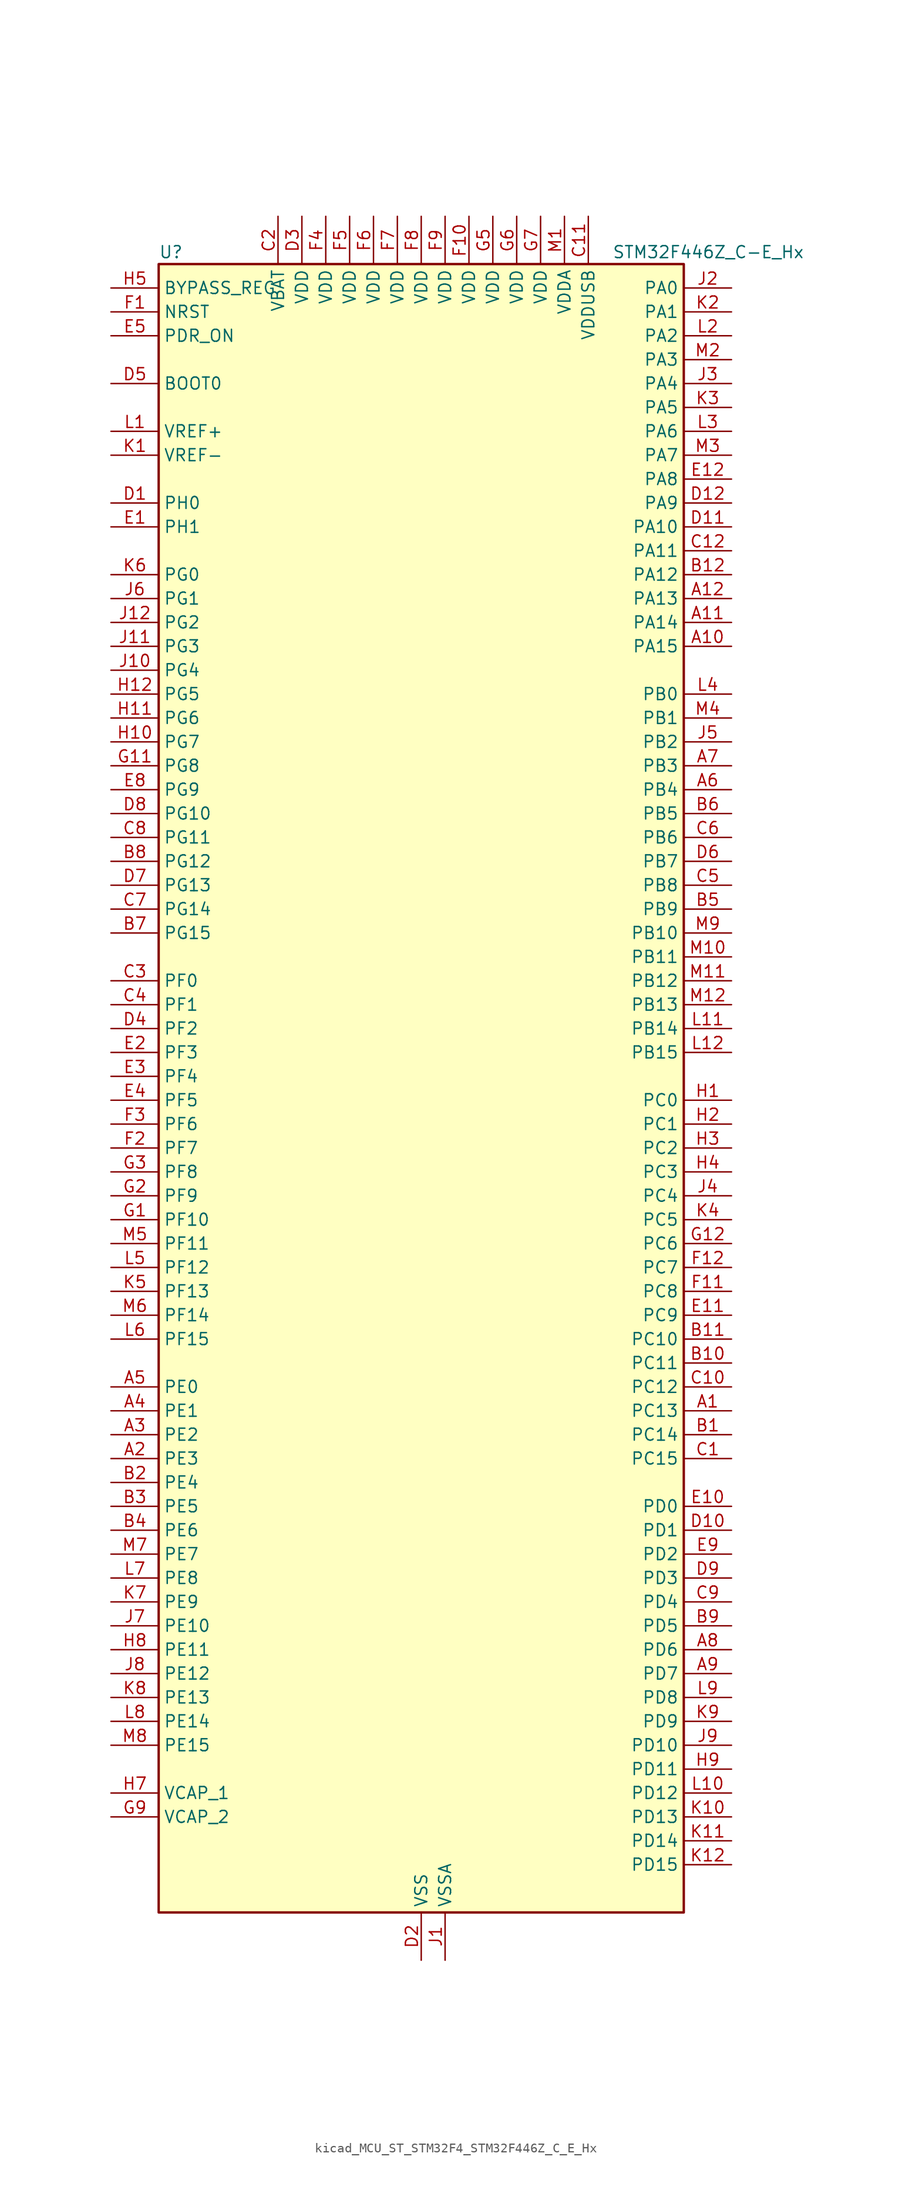
<source format=kicad_sym>
(kicad_symbol_lib
  (version 20220914)
  (generator kicad_symbol_editor)
  (symbol "kicad_MCU_ST_STM32F4_STM32F446Z_C_E_Hx"
    (property "Reference" "U"
      (at -27.94 90.17 0)
      (effects (font (size 1.27 1.27)) (justify left)))
    (property "Value" "STM32F446Z_C-E_Hx"
      (at 20.32 90.17 0)
      (effects (font (size 1.27 1.27)) (justify left)))
    (property "ki_locked" ""
      (at 0 0 0)
      (effects (font (size 1.27 1.27))))
    (symbol "kicad_MCU_ST_STM32F4_STM32F446Z_C_E_Hx_0_1"
      (rectangle (start -27.94 -86.36) (end 27.94 88.9) (stroke (width 0.254) (type default)) (fill (type background))))
    (symbol "kicad_MCU_ST_STM32F4_STM32F446Z_C_E_Hx_1_1"
      (pin bidirectional line (at 33.02 -33.02 180) (length 5.08) (name "PC13" (effects (font (size 1.27 1.27)))) (number "A1" (effects (font (size 1.27 1.27)))) (alternate "RTC_AF1" bidirectional line) (alternate "SYS_WKUP1" bidirectional line))
      (pin bidirectional line (at 33.02 48.26 180) (length 5.08) (name "PA15" (effects (font (size 1.27 1.27)))) (number "A10" (effects (font (size 1.27 1.27)))) (alternate "ADC1_EXTI15" bidirectional line) (alternate "ADC2_EXTI15" bidirectional line) (alternate "ADC3_EXTI15" bidirectional line) (alternate "CEC" bidirectional line) (alternate "I2S1_WS" bidirectional line) (alternate "I2S3_WS" bidirectional line) (alternate "SPI1_NSS" bidirectional line) (alternate "SPI3_NSS" bidirectional line) (alternate "SYS_JTDI" bidirectional line) (alternate "TIM2_CH1" bidirectional line) (alternate "TIM2_ETR" bidirectional line) (alternate "UART4_RTS" bidirectional line))
      (pin bidirectional line (at 33.02 50.8 180) (length 5.08) (name "PA14" (effects (font (size 1.27 1.27)))) (number "A11" (effects (font (size 1.27 1.27)))) (alternate "SYS_JTCK-SWCLK" bidirectional line))
      (pin bidirectional line (at 33.02 53.34 180) (length 5.08) (name "PA13" (effects (font (size 1.27 1.27)))) (number "A12" (effects (font (size 1.27 1.27)))) (alternate "SYS_JTMS-SWDIO" bidirectional line))
      (pin bidirectional line (at -33.02 -38.1 0) (length 5.08) (name "PE3" (effects (font (size 1.27 1.27)))) (number "A2" (effects (font (size 1.27 1.27)))) (alternate "FMC_A19" bidirectional line) (alternate "SAI1_SD_B" bidirectional line) (alternate "SYS_TRACED0" bidirectional line))
      (pin bidirectional line (at -33.02 -35.56 0) (length 5.08) (name "PE2" (effects (font (size 1.27 1.27)))) (number "A3" (effects (font (size 1.27 1.27)))) (alternate "FMC_A23" bidirectional line) (alternate "QUADSPI_BK1_IO2" bidirectional line) (alternate "SAI1_MCLK_A" bidirectional line) (alternate "SPI4_SCK" bidirectional line) (alternate "SYS_TRACECLK" bidirectional line))
      (pin bidirectional line (at -33.02 -33.02 0) (length 5.08) (name "PE1" (effects (font (size 1.27 1.27)))) (number "A4" (effects (font (size 1.27 1.27)))) (alternate "DCMI_D3" bidirectional line) (alternate "FMC_NBL1" bidirectional line))
      (pin bidirectional line (at -33.02 -30.48 0) (length 5.08) (name "PE0" (effects (font (size 1.27 1.27)))) (number "A5" (effects (font (size 1.27 1.27)))) (alternate "DCMI_D2" bidirectional line) (alternate "FMC_NBL0" bidirectional line) (alternate "SAI2_MCLK_A" bidirectional line) (alternate "TIM4_ETR" bidirectional line))
      (pin bidirectional line (at 33.02 33.02 180) (length 5.08) (name "PB4" (effects (font (size 1.27 1.27)))) (number "A6" (effects (font (size 1.27 1.27)))) (alternate "I2C3_SDA" bidirectional line) (alternate "I2S2_WS" bidirectional line) (alternate "SPI1_MISO" bidirectional line) (alternate "SPI2_NSS" bidirectional line) (alternate "SPI3_MISO" bidirectional line) (alternate "SYS_JTRST" bidirectional line) (alternate "TIM3_CH1" bidirectional line))
      (pin bidirectional line (at 33.02 35.56 180) (length 5.08) (name "PB3" (effects (font (size 1.27 1.27)))) (number "A7" (effects (font (size 1.27 1.27)))) (alternate "I2C2_SDA" bidirectional line) (alternate "I2S1_CK" bidirectional line) (alternate "I2S3_CK" bidirectional line) (alternate "SPI1_SCK" bidirectional line) (alternate "SPI3_SCK" bidirectional line) (alternate "SYS_JTDO-SWO" bidirectional line) (alternate "TIM2_CH2" bidirectional line))
      (pin bidirectional line (at 33.02 -58.42 180) (length 5.08) (name "PD6" (effects (font (size 1.27 1.27)))) (number "A8" (effects (font (size 1.27 1.27)))) (alternate "DCMI_D10" bidirectional line) (alternate "FMC_NWAIT" bidirectional line) (alternate "I2S3_SD" bidirectional line) (alternate "SAI1_SD_A" bidirectional line) (alternate "SPI3_MOSI" bidirectional line) (alternate "USART2_RX" bidirectional line))
      (pin bidirectional line (at 33.02 -60.96 180) (length 5.08) (name "PD7" (effects (font (size 1.27 1.27)))) (number "A9" (effects (font (size 1.27 1.27)))) (alternate "FMC_NE1" bidirectional line) (alternate "SPDIFRX_IN0" bidirectional line) (alternate "USART2_CK" bidirectional line))
      (pin bidirectional line (at 33.02 -35.56 180) (length 5.08) (name "PC14" (effects (font (size 1.27 1.27)))) (number "B1" (effects (font (size 1.27 1.27)))) (alternate "RCC_OSC32_IN" bidirectional line))
      (pin bidirectional line (at 33.02 -27.94 180) (length 5.08) (name "PC11" (effects (font (size 1.27 1.27)))) (number "B10" (effects (font (size 1.27 1.27)))) (alternate "ADC1_EXTI11" bidirectional line) (alternate "ADC2_EXTI11" bidirectional line) (alternate "ADC3_EXTI11" bidirectional line) (alternate "DCMI_D4" bidirectional line) (alternate "QUADSPI_BK2_NCS" bidirectional line) (alternate "SDIO_D3" bidirectional line) (alternate "SPI3_MISO" bidirectional line) (alternate "UART4_RX" bidirectional line) (alternate "USART3_RX" bidirectional line))
      (pin bidirectional line (at 33.02 -25.4 180) (length 5.08) (name "PC10" (effects (font (size 1.27 1.27)))) (number "B11" (effects (font (size 1.27 1.27)))) (alternate "DCMI_D8" bidirectional line) (alternate "I2S3_CK" bidirectional line) (alternate "QUADSPI_BK1_IO1" bidirectional line) (alternate "SDIO_D2" bidirectional line) (alternate "SPI3_SCK" bidirectional line) (alternate "UART4_TX" bidirectional line) (alternate "USART3_TX" bidirectional line))
      (pin bidirectional line (at 33.02 55.88 180) (length 5.08) (name "PA12" (effects (font (size 1.27 1.27)))) (number "B12" (effects (font (size 1.27 1.27)))) (alternate "CAN1_TX" bidirectional line) (alternate "SAI2_FS_B" bidirectional line) (alternate "TIM1_ETR" bidirectional line) (alternate "USART1_RTS" bidirectional line) (alternate "USB_OTG_FS_DP" bidirectional line))
      (pin bidirectional line (at -33.02 -40.64 0) (length 5.08) (name "PE4" (effects (font (size 1.27 1.27)))) (number "B2" (effects (font (size 1.27 1.27)))) (alternate "DCMI_D4" bidirectional line) (alternate "FMC_A20" bidirectional line) (alternate "SAI1_FS_A" bidirectional line) (alternate "SPI4_NSS" bidirectional line) (alternate "SYS_TRACED1" bidirectional line))
      (pin bidirectional line (at -33.02 -43.18 0) (length 5.08) (name "PE5" (effects (font (size 1.27 1.27)))) (number "B3" (effects (font (size 1.27 1.27)))) (alternate "DCMI_D6" bidirectional line) (alternate "FMC_A21" bidirectional line) (alternate "SAI1_SCK_A" bidirectional line) (alternate "SPI4_MISO" bidirectional line) (alternate "SYS_TRACED2" bidirectional line) (alternate "TIM9_CH1" bidirectional line))
      (pin bidirectional line (at -33.02 -45.72 0) (length 5.08) (name "PE6" (effects (font (size 1.27 1.27)))) (number "B4" (effects (font (size 1.27 1.27)))) (alternate "DCMI_D7" bidirectional line) (alternate "FMC_A22" bidirectional line) (alternate "SAI1_SD_A" bidirectional line) (alternate "SPI4_MOSI" bidirectional line) (alternate "SYS_TRACED3" bidirectional line) (alternate "TIM9_CH2" bidirectional line))
      (pin bidirectional line (at 33.02 20.32 180) (length 5.08) (name "PB9" (effects (font (size 1.27 1.27)))) (number "B5" (effects (font (size 1.27 1.27)))) (alternate "CAN1_TX" bidirectional line) (alternate "DAC_EXTI9" bidirectional line) (alternate "DCMI_D7" bidirectional line) (alternate "I2C1_SDA" bidirectional line) (alternate "I2S2_WS" bidirectional line) (alternate "SAI1_FS_B" bidirectional line) (alternate "SDIO_D5" bidirectional line) (alternate "SPI2_NSS" bidirectional line) (alternate "TIM11_CH1" bidirectional line) (alternate "TIM2_CH2" bidirectional line) (alternate "TIM4_CH4" bidirectional line))
      (pin bidirectional line (at 33.02 30.48 180) (length 5.08) (name "PB5" (effects (font (size 1.27 1.27)))) (number "B6" (effects (font (size 1.27 1.27)))) (alternate "CAN2_RX" bidirectional line) (alternate "DCMI_D10" bidirectional line) (alternate "FMC_SDCKE1" bidirectional line) (alternate "I2C1_SMBA" bidirectional line) (alternate "I2S1_SD" bidirectional line) (alternate "I2S3_SD" bidirectional line) (alternate "SPI1_MOSI" bidirectional line) (alternate "SPI3_MOSI" bidirectional line) (alternate "TIM3_CH2" bidirectional line) (alternate "USB_OTG_HS_ULPI_D7" bidirectional line))
      (pin bidirectional line (at -33.02 17.78 0) (length 5.08) (name "PG15" (effects (font (size 1.27 1.27)))) (number "B7" (effects (font (size 1.27 1.27)))) (alternate "ADC1_EXTI15" bidirectional line) (alternate "ADC2_EXTI15" bidirectional line) (alternate "ADC3_EXTI15" bidirectional line) (alternate "DCMI_D13" bidirectional line) (alternate "FMC_SDNCAS" bidirectional line) (alternate "USART6_CTS" bidirectional line))
      (pin bidirectional line (at -33.02 25.4 0) (length 5.08) (name "PG12" (effects (font (size 1.27 1.27)))) (number "B8" (effects (font (size 1.27 1.27)))) (alternate "FMC_NE4" bidirectional line) (alternate "SPDIFRX_IN1" bidirectional line) (alternate "SPI4_MISO" bidirectional line) (alternate "USART6_RTS" bidirectional line))
      (pin bidirectional line (at 33.02 -55.88 180) (length 5.08) (name "PD5" (effects (font (size 1.27 1.27)))) (number "B9" (effects (font (size 1.27 1.27)))) (alternate "FMC_NWE" bidirectional line) (alternate "USART2_TX" bidirectional line))
      (pin bidirectional line (at 33.02 -38.1 180) (length 5.08) (name "PC15" (effects (font (size 1.27 1.27)))) (number "C1" (effects (font (size 1.27 1.27)))) (alternate "ADC1_EXTI15" bidirectional line) (alternate "ADC2_EXTI15" bidirectional line) (alternate "ADC3_EXTI15" bidirectional line) (alternate "RCC_OSC32_OUT" bidirectional line))
      (pin bidirectional line (at 33.02 -30.48 180) (length 5.08) (name "PC12" (effects (font (size 1.27 1.27)))) (number "C10" (effects (font (size 1.27 1.27)))) (alternate "DCMI_D9" bidirectional line) (alternate "I2C2_SDA" bidirectional line) (alternate "I2S3_SD" bidirectional line) (alternate "SDIO_CK" bidirectional line) (alternate "SPI3_MOSI" bidirectional line) (alternate "UART5_TX" bidirectional line) (alternate "USART3_CK" bidirectional line))
      (pin power_in line (at 17.78 93.98 270) (length 5.08) (name "VDDUSB" (effects (font (size 1.27 1.27)))) (number "C11" (effects (font (size 1.27 1.27)))))
      (pin bidirectional line (at 33.02 58.42 180) (length 5.08) (name "PA11" (effects (font (size 1.27 1.27)))) (number "C12" (effects (font (size 1.27 1.27)))) (alternate "ADC1_EXTI11" bidirectional line) (alternate "ADC2_EXTI11" bidirectional line) (alternate "ADC3_EXTI11" bidirectional line) (alternate "CAN1_RX" bidirectional line) (alternate "TIM1_CH4" bidirectional line) (alternate "USART1_CTS" bidirectional line) (alternate "USB_OTG_FS_DM" bidirectional line))
      (pin power_in line (at -15.24 93.98 270) (length 5.08) (name "VBAT" (effects (font (size 1.27 1.27)))) (number "C2" (effects (font (size 1.27 1.27)))))
      (pin bidirectional line (at -33.02 12.7 0) (length 5.08) (name "PF0" (effects (font (size 1.27 1.27)))) (number "C3" (effects (font (size 1.27 1.27)))) (alternate "FMC_A0" bidirectional line) (alternate "I2C2_SDA" bidirectional line))
      (pin bidirectional line (at -33.02 10.16 0) (length 5.08) (name "PF1" (effects (font (size 1.27 1.27)))) (number "C4" (effects (font (size 1.27 1.27)))) (alternate "FMC_A1" bidirectional line) (alternate "I2C2_SCL" bidirectional line))
      (pin bidirectional line (at 33.02 22.86 180) (length 5.08) (name "PB8" (effects (font (size 1.27 1.27)))) (number "C5" (effects (font (size 1.27 1.27)))) (alternate "CAN1_RX" bidirectional line) (alternate "DCMI_D6" bidirectional line) (alternate "I2C1_SCL" bidirectional line) (alternate "SDIO_D4" bidirectional line) (alternate "TIM10_CH1" bidirectional line) (alternate "TIM2_CH1" bidirectional line) (alternate "TIM2_ETR" bidirectional line) (alternate "TIM4_CH3" bidirectional line))
      (pin bidirectional line (at 33.02 27.94 180) (length 5.08) (name "PB6" (effects (font (size 1.27 1.27)))) (number "C6" (effects (font (size 1.27 1.27)))) (alternate "CAN2_TX" bidirectional line) (alternate "CEC" bidirectional line) (alternate "DCMI_D5" bidirectional line) (alternate "FMC_SDNE1" bidirectional line) (alternate "I2C1_SCL" bidirectional line) (alternate "QUADSPI_BK1_NCS" bidirectional line) (alternate "TIM4_CH1" bidirectional line) (alternate "USART1_TX" bidirectional line))
      (pin bidirectional line (at -33.02 20.32 0) (length 5.08) (name "PG14" (effects (font (size 1.27 1.27)))) (number "C7" (effects (font (size 1.27 1.27)))) (alternate "FMC_A25" bidirectional line) (alternate "QUADSPI_BK2_IO3" bidirectional line) (alternate "SPI4_NSS" bidirectional line) (alternate "SYS_TRACED3" bidirectional line) (alternate "USART6_TX" bidirectional line))
      (pin bidirectional line (at -33.02 27.94 0) (length 5.08) (name "PG11" (effects (font (size 1.27 1.27)))) (number "C8" (effects (font (size 1.27 1.27)))) (alternate "ADC1_EXTI11" bidirectional line) (alternate "ADC2_EXTI11" bidirectional line) (alternate "ADC3_EXTI11" bidirectional line) (alternate "DCMI_D3" bidirectional line) (alternate "SPDIFRX_IN0" bidirectional line) (alternate "SPI4_SCK" bidirectional line))
      (pin bidirectional line (at 33.02 -53.34 180) (length 5.08) (name "PD4" (effects (font (size 1.27 1.27)))) (number "C9" (effects (font (size 1.27 1.27)))) (alternate "FMC_NOE" bidirectional line) (alternate "USART2_RTS" bidirectional line))
      (pin bidirectional line (at -33.02 63.5 0) (length 5.08) (name "PH0" (effects (font (size 1.27 1.27)))) (number "D1" (effects (font (size 1.27 1.27)))) (alternate "RCC_OSC_IN" bidirectional line))
      (pin bidirectional line (at 33.02 -45.72 180) (length 5.08) (name "PD1" (effects (font (size 1.27 1.27)))) (number "D10" (effects (font (size 1.27 1.27)))) (alternate "CAN1_TX" bidirectional line) (alternate "FMC_D3" bidirectional line) (alternate "FMC_DA3" bidirectional line) (alternate "I2S2_WS" bidirectional line) (alternate "SPI2_NSS" bidirectional line))
      (pin bidirectional line (at 33.02 60.96 180) (length 5.08) (name "PA10" (effects (font (size 1.27 1.27)))) (number "D11" (effects (font (size 1.27 1.27)))) (alternate "DCMI_D1" bidirectional line) (alternate "TIM1_CH3" bidirectional line) (alternate "USART1_RX" bidirectional line) (alternate "USB_OTG_FS_ID" bidirectional line))
      (pin bidirectional line (at 33.02 63.5 180) (length 5.08) (name "PA9" (effects (font (size 1.27 1.27)))) (number "D12" (effects (font (size 1.27 1.27)))) (alternate "DAC_EXTI9" bidirectional line) (alternate "DCMI_D0" bidirectional line) (alternate "I2C3_SMBA" bidirectional line) (alternate "I2S2_CK" bidirectional line) (alternate "SAI1_SD_B" bidirectional line) (alternate "SPI2_SCK" bidirectional line) (alternate "TIM1_CH2" bidirectional line) (alternate "USART1_TX" bidirectional line) (alternate "USB_OTG_FS_VBUS" bidirectional line))
      (pin power_in line (at 0 -91.44 90) (length 5.08) (name "VSS" (effects (font (size 1.27 1.27)))) (number "D2" (effects (font (size 1.27 1.27)))))
      (pin power_in line (at -12.7 93.98 270) (length 5.08) (name "VDD" (effects (font (size 1.27 1.27)))) (number "D3" (effects (font (size 1.27 1.27)))))
      (pin bidirectional line (at -33.02 7.62 0) (length 5.08) (name "PF2" (effects (font (size 1.27 1.27)))) (number "D4" (effects (font (size 1.27 1.27)))) (alternate "FMC_A2" bidirectional line) (alternate "I2C2_SMBA" bidirectional line))
      (pin input line (at -33.02 76.2 0) (length 5.08) (name "BOOT0" (effects (font (size 1.27 1.27)))) (number "D5" (effects (font (size 1.27 1.27)))))
      (pin bidirectional line (at 33.02 25.4 180) (length 5.08) (name "PB7" (effects (font (size 1.27 1.27)))) (number "D6" (effects (font (size 1.27 1.27)))) (alternate "DCMI_VSYNC" bidirectional line) (alternate "FMC_NL" bidirectional line) (alternate "I2C1_SDA" bidirectional line) (alternate "SPDIFRX_IN0" bidirectional line) (alternate "TIM4_CH2" bidirectional line) (alternate "USART1_RX" bidirectional line))
      (pin bidirectional line (at -33.02 22.86 0) (length 5.08) (name "PG13" (effects (font (size 1.27 1.27)))) (number "D7" (effects (font (size 1.27 1.27)))) (alternate "FMC_A24" bidirectional line) (alternate "SPI4_MOSI" bidirectional line) (alternate "SYS_TRACED2" bidirectional line) (alternate "USART6_CTS" bidirectional line))
      (pin bidirectional line (at -33.02 30.48 0) (length 5.08) (name "PG10" (effects (font (size 1.27 1.27)))) (number "D8" (effects (font (size 1.27 1.27)))) (alternate "DCMI_D2" bidirectional line) (alternate "FMC_NE3" bidirectional line) (alternate "SAI2_SD_B" bidirectional line))
      (pin bidirectional line (at 33.02 -50.8 180) (length 5.08) (name "PD3" (effects (font (size 1.27 1.27)))) (number "D9" (effects (font (size 1.27 1.27)))) (alternate "DCMI_D5" bidirectional line) (alternate "FMC_CLK" bidirectional line) (alternate "I2S2_CK" bidirectional line) (alternate "QUADSPI_CLK" bidirectional line) (alternate "SPI2_SCK" bidirectional line) (alternate "SYS_TRACED1" bidirectional line) (alternate "USART2_CTS" bidirectional line))
      (pin bidirectional line (at -33.02 60.96 0) (length 5.08) (name "PH1" (effects (font (size 1.27 1.27)))) (number "E1" (effects (font (size 1.27 1.27)))) (alternate "RCC_OSC_OUT" bidirectional line))
      (pin bidirectional line (at 33.02 -43.18 180) (length 5.08) (name "PD0" (effects (font (size 1.27 1.27)))) (number "E10" (effects (font (size 1.27 1.27)))) (alternate "CAN1_RX" bidirectional line) (alternate "FMC_D2" bidirectional line) (alternate "FMC_DA2" bidirectional line) (alternate "I2S3_SD" bidirectional line) (alternate "SPI3_MOSI" bidirectional line) (alternate "SPI4_MISO" bidirectional line))
      (pin bidirectional line (at 33.02 -22.86 180) (length 5.08) (name "PC9" (effects (font (size 1.27 1.27)))) (number "E11" (effects (font (size 1.27 1.27)))) (alternate "DAC_EXTI9" bidirectional line) (alternate "DCMI_D3" bidirectional line) (alternate "I2C3_SDA" bidirectional line) (alternate "I2S_CKIN" bidirectional line) (alternate "QUADSPI_BK1_IO0" bidirectional line) (alternate "RCC_MCO_2" bidirectional line) (alternate "SDIO_D1" bidirectional line) (alternate "TIM3_CH4" bidirectional line) (alternate "TIM8_CH4" bidirectional line) (alternate "UART5_CTS" bidirectional line))
      (pin bidirectional line (at 33.02 66.04 180) (length 5.08) (name "PA8" (effects (font (size 1.27 1.27)))) (number "E12" (effects (font (size 1.27 1.27)))) (alternate "I2C3_SCL" bidirectional line) (alternate "RCC_MCO_1" bidirectional line) (alternate "TIM1_CH1" bidirectional line) (alternate "USART1_CK" bidirectional line) (alternate "USB_OTG_FS_SOF" bidirectional line))
      (pin bidirectional line (at -33.02 5.08 0) (length 5.08) (name "PF3" (effects (font (size 1.27 1.27)))) (number "E2" (effects (font (size 1.27 1.27)))) (alternate "ADC3_IN9" bidirectional line) (alternate "FMC_A3" bidirectional line))
      (pin bidirectional line (at -33.02 2.54 0) (length 5.08) (name "PF4" (effects (font (size 1.27 1.27)))) (number "E3" (effects (font (size 1.27 1.27)))) (alternate "ADC3_IN14" bidirectional line) (alternate "FMC_A4" bidirectional line))
      (pin bidirectional line (at -33.02 0 0) (length 5.08) (name "PF5" (effects (font (size 1.27 1.27)))) (number "E4" (effects (font (size 1.27 1.27)))) (alternate "ADC3_IN15" bidirectional line) (alternate "FMC_A5" bidirectional line))
      (pin input line (at -33.02 81.28 0) (length 5.08) (name "PDR_ON" (effects (font (size 1.27 1.27)))) (number "E5" (effects (font (size 1.27 1.27)))))
      (pin passive line (at 0 -91.44 90) (length 5.08) hide (name "VSS" (effects (font (size 1.27 1.27)))) (number "E6" (effects (font (size 1.27 1.27)))))
      (pin passive line (at 0 -91.44 90) (length 5.08) hide (name "VSS" (effects (font (size 1.27 1.27)))) (number "E7" (effects (font (size 1.27 1.27)))))
      (pin bidirectional line (at -33.02 33.02 0) (length 5.08) (name "PG9" (effects (font (size 1.27 1.27)))) (number "E8" (effects (font (size 1.27 1.27)))) (alternate "DAC_EXTI9" bidirectional line) (alternate "DCMI_VSYNC" bidirectional line) (alternate "FMC_NCE3" bidirectional line) (alternate "FMC_NE2" bidirectional line) (alternate "QUADSPI_BK2_IO2" bidirectional line) (alternate "SAI2_FS_B" bidirectional line) (alternate "SPDIFRX_IN3" bidirectional line) (alternate "USART6_RX" bidirectional line))
      (pin bidirectional line (at 33.02 -48.26 180) (length 5.08) (name "PD2" (effects (font (size 1.27 1.27)))) (number "E9" (effects (font (size 1.27 1.27)))) (alternate "DCMI_D11" bidirectional line) (alternate "SDIO_CMD" bidirectional line) (alternate "TIM3_ETR" bidirectional line) (alternate "UART5_RX" bidirectional line))
      (pin input line (at -33.02 83.82 0) (length 5.08) (name "NRST" (effects (font (size 1.27 1.27)))) (number "F1" (effects (font (size 1.27 1.27)))))
      (pin power_in line (at 5.08 93.98 270) (length 5.08) (name "VDD" (effects (font (size 1.27 1.27)))) (number "F10" (effects (font (size 1.27 1.27)))))
      (pin bidirectional line (at 33.02 -20.32 180) (length 5.08) (name "PC8" (effects (font (size 1.27 1.27)))) (number "F11" (effects (font (size 1.27 1.27)))) (alternate "DCMI_D2" bidirectional line) (alternate "SDIO_D0" bidirectional line) (alternate "SYS_TRACED0" bidirectional line) (alternate "TIM3_CH3" bidirectional line) (alternate "TIM8_CH3" bidirectional line) (alternate "UART5_RTS" bidirectional line) (alternate "USART6_CK" bidirectional line))
      (pin bidirectional line (at 33.02 -17.78 180) (length 5.08) (name "PC7" (effects (font (size 1.27 1.27)))) (number "F12" (effects (font (size 1.27 1.27)))) (alternate "DCMI_D1" bidirectional line) (alternate "FMPI2C1_SDA" bidirectional line) (alternate "I2S2_CK" bidirectional line) (alternate "I2S3_MCK" bidirectional line) (alternate "SDIO_D7" bidirectional line) (alternate "SPDIFRX_IN1" bidirectional line) (alternate "SPI2_SCK" bidirectional line) (alternate "TIM3_CH2" bidirectional line) (alternate "TIM8_CH2" bidirectional line) (alternate "USART6_RX" bidirectional line))
      (pin bidirectional line (at -33.02 -5.08 0) (length 5.08) (name "PF7" (effects (font (size 1.27 1.27)))) (number "F2" (effects (font (size 1.27 1.27)))) (alternate "ADC3_IN5" bidirectional line) (alternate "QUADSPI_BK1_IO2" bidirectional line) (alternate "SAI1_MCLK_B" bidirectional line) (alternate "TIM11_CH1" bidirectional line))
      (pin bidirectional line (at -33.02 -2.54 0) (length 5.08) (name "PF6" (effects (font (size 1.27 1.27)))) (number "F3" (effects (font (size 1.27 1.27)))) (alternate "ADC3_IN4" bidirectional line) (alternate "QUADSPI_BK1_IO3" bidirectional line) (alternate "SAI1_SD_B" bidirectional line) (alternate "TIM10_CH1" bidirectional line))
      (pin power_in line (at -10.16 93.98 270) (length 5.08) (name "VDD" (effects (font (size 1.27 1.27)))) (number "F4" (effects (font (size 1.27 1.27)))))
      (pin power_in line (at -7.62 93.98 270) (length 5.08) (name "VDD" (effects (font (size 1.27 1.27)))) (number "F5" (effects (font (size 1.27 1.27)))))
      (pin power_in line (at -5.08 93.98 270) (length 5.08) (name "VDD" (effects (font (size 1.27 1.27)))) (number "F6" (effects (font (size 1.27 1.27)))))
      (pin power_in line (at -2.54 93.98 270) (length 5.08) (name "VDD" (effects (font (size 1.27 1.27)))) (number "F7" (effects (font (size 1.27 1.27)))))
      (pin power_in line (at 0 93.98 270) (length 5.08) (name "VDD" (effects (font (size 1.27 1.27)))) (number "F8" (effects (font (size 1.27 1.27)))))
      (pin power_in line (at 2.54 93.98 270) (length 5.08) (name "VDD" (effects (font (size 1.27 1.27)))) (number "F9" (effects (font (size 1.27 1.27)))))
      (pin bidirectional line (at -33.02 -12.7 0) (length 5.08) (name "PF10" (effects (font (size 1.27 1.27)))) (number "G1" (effects (font (size 1.27 1.27)))) (alternate "ADC3_IN8" bidirectional line) (alternate "DCMI_D11" bidirectional line))
      (pin passive line (at 0 -91.44 90) (length 5.08) hide (name "VSS" (effects (font (size 1.27 1.27)))) (number "G10" (effects (font (size 1.27 1.27)))))
      (pin bidirectional line (at -33.02 35.56 0) (length 5.08) (name "PG8" (effects (font (size 1.27 1.27)))) (number "G11" (effects (font (size 1.27 1.27)))) (alternate "FMC_SDCLK" bidirectional line) (alternate "SPDIFRX_IN2" bidirectional line) (alternate "USART6_RTS" bidirectional line))
      (pin bidirectional line (at 33.02 -15.24 180) (length 5.08) (name "PC6" (effects (font (size 1.27 1.27)))) (number "G12" (effects (font (size 1.27 1.27)))) (alternate "DCMI_D0" bidirectional line) (alternate "FMPI2C1_SCL" bidirectional line) (alternate "I2S2_MCK" bidirectional line) (alternate "SDIO_D6" bidirectional line) (alternate "TIM3_CH1" bidirectional line) (alternate "TIM8_CH1" bidirectional line) (alternate "USART6_TX" bidirectional line))
      (pin bidirectional line (at -33.02 -10.16 0) (length 5.08) (name "PF9" (effects (font (size 1.27 1.27)))) (number "G2" (effects (font (size 1.27 1.27)))) (alternate "ADC3_IN7" bidirectional line) (alternate "DAC_EXTI9" bidirectional line) (alternate "QUADSPI_BK1_IO1" bidirectional line) (alternate "SAI1_FS_B" bidirectional line) (alternate "TIM14_CH1" bidirectional line))
      (pin bidirectional line (at -33.02 -7.62 0) (length 5.08) (name "PF8" (effects (font (size 1.27 1.27)))) (number "G3" (effects (font (size 1.27 1.27)))) (alternate "ADC3_IN6" bidirectional line) (alternate "QUADSPI_BK1_IO0" bidirectional line) (alternate "SAI1_SCK_B" bidirectional line) (alternate "TIM13_CH1" bidirectional line))
      (pin passive line (at 0 -91.44 90) (length 5.08) hide (name "VSS" (effects (font (size 1.27 1.27)))) (number "G4" (effects (font (size 1.27 1.27)))))
      (pin power_in line (at 7.62 93.98 270) (length 5.08) (name "VDD" (effects (font (size 1.27 1.27)))) (number "G5" (effects (font (size 1.27 1.27)))))
      (pin power_in line (at 10.16 93.98 270) (length 5.08) (name "VDD" (effects (font (size 1.27 1.27)))) (number "G6" (effects (font (size 1.27 1.27)))))
      (pin power_in line (at 12.7 93.98 270) (length 5.08) (name "VDD" (effects (font (size 1.27 1.27)))) (number "G7" (effects (font (size 1.27 1.27)))))
      (pin passive line (at 0 -91.44 90) (length 5.08) hide (name "VSS" (effects (font (size 1.27 1.27)))) (number "G8" (effects (font (size 1.27 1.27)))))
      (pin power_out line (at -33.02 -76.2 0) (length 5.08) (name "VCAP_2" (effects (font (size 1.27 1.27)))) (number "G9" (effects (font (size 1.27 1.27)))))
      (pin bidirectional line (at 33.02 0 180) (length 5.08) (name "PC0" (effects (font (size 1.27 1.27)))) (number "H1" (effects (font (size 1.27 1.27)))) (alternate "ADC1_IN10" bidirectional line) (alternate "ADC2_IN10" bidirectional line) (alternate "ADC3_IN10" bidirectional line) (alternate "FMC_SDNWE" bidirectional line) (alternate "SAI1_MCLK_B" bidirectional line) (alternate "USB_OTG_HS_ULPI_STP" bidirectional line))
      (pin bidirectional line (at -33.02 38.1 0) (length 5.08) (name "PG7" (effects (font (size 1.27 1.27)))) (number "H10" (effects (font (size 1.27 1.27)))) (alternate "DCMI_D13" bidirectional line) (alternate "FMC_INT3" bidirectional line) (alternate "USART6_CK" bidirectional line))
      (pin bidirectional line (at -33.02 40.64 0) (length 5.08) (name "PG6" (effects (font (size 1.27 1.27)))) (number "H11" (effects (font (size 1.27 1.27)))) (alternate "DCMI_D12" bidirectional line) (alternate "QUADSPI_BK1_NCS" bidirectional line))
      (pin bidirectional line (at -33.02 43.18 0) (length 5.08) (name "PG5" (effects (font (size 1.27 1.27)))) (number "H12" (effects (font (size 1.27 1.27)))) (alternate "FMC_A15" bidirectional line) (alternate "FMC_BA1" bidirectional line))
      (pin bidirectional line (at 33.02 -2.54 180) (length 5.08) (name "PC1" (effects (font (size 1.27 1.27)))) (number "H2" (effects (font (size 1.27 1.27)))) (alternate "ADC1_IN11" bidirectional line) (alternate "ADC2_IN11" bidirectional line) (alternate "ADC3_IN11" bidirectional line) (alternate "I2S2_SD" bidirectional line) (alternate "I2S3_SD" bidirectional line) (alternate "SAI1_SD_A" bidirectional line) (alternate "SPI2_MOSI" bidirectional line) (alternate "SPI3_MOSI" bidirectional line))
      (pin bidirectional line (at 33.02 -5.08 180) (length 5.08) (name "PC2" (effects (font (size 1.27 1.27)))) (number "H3" (effects (font (size 1.27 1.27)))) (alternate "ADC1_IN12" bidirectional line) (alternate "ADC2_IN12" bidirectional line) (alternate "ADC3_IN12" bidirectional line) (alternate "FMC_SDNE0" bidirectional line) (alternate "SPI2_MISO" bidirectional line) (alternate "USB_OTG_HS_ULPI_DIR" bidirectional line))
      (pin bidirectional line (at 33.02 -7.62 180) (length 5.08) (name "PC3" (effects (font (size 1.27 1.27)))) (number "H4" (effects (font (size 1.27 1.27)))) (alternate "ADC1_IN13" bidirectional line) (alternate "ADC2_IN13" bidirectional line) (alternate "ADC3_IN13" bidirectional line) (alternate "FMC_SDCKE0" bidirectional line) (alternate "I2S2_SD" bidirectional line) (alternate "SPI2_MOSI" bidirectional line) (alternate "USB_OTG_HS_ULPI_NXT" bidirectional line))
      (pin input line (at -33.02 86.36 0) (length 5.08) (name "BYPASS_REG" (effects (font (size 1.27 1.27)))) (number "H5" (effects (font (size 1.27 1.27)))))
      (pin passive line (at 0 -91.44 90) (length 5.08) hide (name "VSS" (effects (font (size 1.27 1.27)))) (number "H6" (effects (font (size 1.27 1.27)))))
      (pin power_out line (at -33.02 -73.66 0) (length 5.08) (name "VCAP_1" (effects (font (size 1.27 1.27)))) (number "H7" (effects (font (size 1.27 1.27)))))
      (pin bidirectional line (at -33.02 -58.42 0) (length 5.08) (name "PE11" (effects (font (size 1.27 1.27)))) (number "H8" (effects (font (size 1.27 1.27)))) (alternate "ADC1_EXTI11" bidirectional line) (alternate "ADC2_EXTI11" bidirectional line) (alternate "ADC3_EXTI11" bidirectional line) (alternate "FMC_D8" bidirectional line) (alternate "FMC_DA8" bidirectional line) (alternate "SAI2_SD_B" bidirectional line) (alternate "SPI4_NSS" bidirectional line) (alternate "TIM1_CH2" bidirectional line))
      (pin bidirectional line (at 33.02 -71.12 180) (length 5.08) (name "PD11" (effects (font (size 1.27 1.27)))) (number "H9" (effects (font (size 1.27 1.27)))) (alternate "ADC1_EXTI11" bidirectional line) (alternate "ADC2_EXTI11" bidirectional line) (alternate "ADC3_EXTI11" bidirectional line) (alternate "FMC_A16" bidirectional line) (alternate "FMC_CLE" bidirectional line) (alternate "FMPI2C1_SMBA" bidirectional line) (alternate "QUADSPI_BK1_IO0" bidirectional line) (alternate "SAI2_SD_A" bidirectional line) (alternate "USART3_CTS" bidirectional line))
      (pin power_in line (at 2.54 -91.44 90) (length 5.08) (name "VSSA" (effects (font (size 1.27 1.27)))) (number "J1" (effects (font (size 1.27 1.27)))))
      (pin bidirectional line (at -33.02 45.72 0) (length 5.08) (name "PG4" (effects (font (size 1.27 1.27)))) (number "J10" (effects (font (size 1.27 1.27)))) (alternate "FMC_A14" bidirectional line) (alternate "FMC_BA0" bidirectional line))
      (pin bidirectional line (at -33.02 48.26 0) (length 5.08) (name "PG3" (effects (font (size 1.27 1.27)))) (number "J11" (effects (font (size 1.27 1.27)))) (alternate "FMC_A13" bidirectional line))
      (pin bidirectional line (at -33.02 50.8 0) (length 5.08) (name "PG2" (effects (font (size 1.27 1.27)))) (number "J12" (effects (font (size 1.27 1.27)))) (alternate "FMC_A12" bidirectional line))
      (pin bidirectional line (at 33.02 86.36 180) (length 5.08) (name "PA0" (effects (font (size 1.27 1.27)))) (number "J2" (effects (font (size 1.27 1.27)))) (alternate "ADC1_IN0" bidirectional line) (alternate "ADC2_IN0" bidirectional line) (alternate "ADC3_IN0" bidirectional line) (alternate "RTC_AF2" bidirectional line) (alternate "SYS_WKUP0" bidirectional line) (alternate "TIM2_CH1" bidirectional line) (alternate "TIM2_ETR" bidirectional line) (alternate "TIM5_CH1" bidirectional line) (alternate "TIM8_ETR" bidirectional line) (alternate "UART4_TX" bidirectional line) (alternate "USART2_CTS" bidirectional line))
      (pin bidirectional line (at 33.02 76.2 180) (length 5.08) (name "PA4" (effects (font (size 1.27 1.27)))) (number "J3" (effects (font (size 1.27 1.27)))) (alternate "ADC1_IN4" bidirectional line) (alternate "ADC2_IN4" bidirectional line) (alternate "DAC_OUT1" bidirectional line) (alternate "DCMI_HSYNC" bidirectional line) (alternate "I2S1_WS" bidirectional line) (alternate "I2S3_WS" bidirectional line) (alternate "SPI1_NSS" bidirectional line) (alternate "SPI3_NSS" bidirectional line) (alternate "USART2_CK" bidirectional line) (alternate "USB_OTG_HS_SOF" bidirectional line))
      (pin bidirectional line (at 33.02 -10.16 180) (length 5.08) (name "PC4" (effects (font (size 1.27 1.27)))) (number "J4" (effects (font (size 1.27 1.27)))) (alternate "ADC1_IN14" bidirectional line) (alternate "ADC2_IN14" bidirectional line) (alternate "FMC_SDNE0" bidirectional line) (alternate "I2S1_MCK" bidirectional line) (alternate "SPDIFRX_IN2" bidirectional line))
      (pin bidirectional line (at 33.02 38.1 180) (length 5.08) (name "PB2" (effects (font (size 1.27 1.27)))) (number "J5" (effects (font (size 1.27 1.27)))) (alternate "I2S3_SD" bidirectional line) (alternate "QUADSPI_CLK" bidirectional line) (alternate "SAI1_SD_A" bidirectional line) (alternate "SDIO_CK" bidirectional line) (alternate "SPI3_MOSI" bidirectional line) (alternate "TIM2_CH4" bidirectional line) (alternate "USB_OTG_HS_ULPI_D4" bidirectional line))
      (pin bidirectional line (at -33.02 53.34 0) (length 5.08) (name "PG1" (effects (font (size 1.27 1.27)))) (number "J6" (effects (font (size 1.27 1.27)))) (alternate "FMC_A11" bidirectional line))
      (pin bidirectional line (at -33.02 -55.88 0) (length 5.08) (name "PE10" (effects (font (size 1.27 1.27)))) (number "J7" (effects (font (size 1.27 1.27)))) (alternate "FMC_D7" bidirectional line) (alternate "FMC_DA7" bidirectional line) (alternate "QUADSPI_BK2_IO3" bidirectional line) (alternate "TIM1_CH2N" bidirectional line))
      (pin bidirectional line (at -33.02 -60.96 0) (length 5.08) (name "PE12" (effects (font (size 1.27 1.27)))) (number "J8" (effects (font (size 1.27 1.27)))) (alternate "FMC_D9" bidirectional line) (alternate "FMC_DA9" bidirectional line) (alternate "SAI2_SCK_B" bidirectional line) (alternate "SPI4_SCK" bidirectional line) (alternate "TIM1_CH3N" bidirectional line))
      (pin bidirectional line (at 33.02 -68.58 180) (length 5.08) (name "PD10" (effects (font (size 1.27 1.27)))) (number "J9" (effects (font (size 1.27 1.27)))) (alternate "FMC_D15" bidirectional line) (alternate "FMC_DA15" bidirectional line) (alternate "USART3_CK" bidirectional line))
      (pin input line (at -33.02 68.58 0) (length 5.08) (name "VREF-" (effects (font (size 1.27 1.27)))) (number "K1" (effects (font (size 1.27 1.27)))))
      (pin bidirectional line (at 33.02 -76.2 180) (length 5.08) (name "PD13" (effects (font (size 1.27 1.27)))) (number "K10" (effects (font (size 1.27 1.27)))) (alternate "FMC_A18" bidirectional line) (alternate "FMPI2C1_SDA" bidirectional line) (alternate "QUADSPI_BK1_IO3" bidirectional line) (alternate "SAI2_SCK_A" bidirectional line) (alternate "TIM4_CH2" bidirectional line))
      (pin bidirectional line (at 33.02 -78.74 180) (length 5.08) (name "PD14" (effects (font (size 1.27 1.27)))) (number "K11" (effects (font (size 1.27 1.27)))) (alternate "FMC_D0" bidirectional line) (alternate "FMC_DA0" bidirectional line) (alternate "FMPI2C1_SCL" bidirectional line) (alternate "SAI2_SCK_A" bidirectional line) (alternate "TIM4_CH3" bidirectional line))
      (pin bidirectional line (at 33.02 -81.28 180) (length 5.08) (name "PD15" (effects (font (size 1.27 1.27)))) (number "K12" (effects (font (size 1.27 1.27)))) (alternate "ADC1_EXTI15" bidirectional line) (alternate "ADC2_EXTI15" bidirectional line) (alternate "ADC3_EXTI15" bidirectional line) (alternate "FMC_D1" bidirectional line) (alternate "FMC_DA1" bidirectional line) (alternate "FMPI2C1_SDA" bidirectional line) (alternate "TIM4_CH4" bidirectional line))
      (pin bidirectional line (at 33.02 83.82 180) (length 5.08) (name "PA1" (effects (font (size 1.27 1.27)))) (number "K2" (effects (font (size 1.27 1.27)))) (alternate "ADC1_IN1" bidirectional line) (alternate "ADC2_IN1" bidirectional line) (alternate "ADC3_IN1" bidirectional line) (alternate "QUADSPI_BK1_IO3" bidirectional line) (alternate "SAI2_MCLK_B" bidirectional line) (alternate "TIM2_CH2" bidirectional line) (alternate "TIM5_CH2" bidirectional line) (alternate "UART4_RX" bidirectional line) (alternate "USART2_RTS" bidirectional line))
      (pin bidirectional line (at 33.02 73.66 180) (length 5.08) (name "PA5" (effects (font (size 1.27 1.27)))) (number "K3" (effects (font (size 1.27 1.27)))) (alternate "ADC1_IN5" bidirectional line) (alternate "ADC2_IN5" bidirectional line) (alternate "DAC_OUT2" bidirectional line) (alternate "I2S1_CK" bidirectional line) (alternate "SPI1_SCK" bidirectional line) (alternate "TIM2_CH1" bidirectional line) (alternate "TIM2_ETR" bidirectional line) (alternate "TIM8_CH1N" bidirectional line) (alternate "USB_OTG_HS_ULPI_CK" bidirectional line))
      (pin bidirectional line (at 33.02 -12.7 180) (length 5.08) (name "PC5" (effects (font (size 1.27 1.27)))) (number "K4" (effects (font (size 1.27 1.27)))) (alternate "ADC1_IN15" bidirectional line) (alternate "ADC2_IN15" bidirectional line) (alternate "FMC_SDCKE0" bidirectional line) (alternate "SPDIFRX_IN3" bidirectional line) (alternate "USART3_RX" bidirectional line))
      (pin bidirectional line (at -33.02 -20.32 0) (length 5.08) (name "PF13" (effects (font (size 1.27 1.27)))) (number "K5" (effects (font (size 1.27 1.27)))) (alternate "FMC_A7" bidirectional line) (alternate "FMPI2C1_SMBA" bidirectional line))
      (pin bidirectional line (at -33.02 55.88 0) (length 5.08) (name "PG0" (effects (font (size 1.27 1.27)))) (number "K6" (effects (font (size 1.27 1.27)))) (alternate "FMC_A10" bidirectional line))
      (pin bidirectional line (at -33.02 -53.34 0) (length 5.08) (name "PE9" (effects (font (size 1.27 1.27)))) (number "K7" (effects (font (size 1.27 1.27)))) (alternate "DAC_EXTI9" bidirectional line) (alternate "FMC_D6" bidirectional line) (alternate "FMC_DA6" bidirectional line) (alternate "QUADSPI_BK2_IO2" bidirectional line) (alternate "TIM1_CH1" bidirectional line))
      (pin bidirectional line (at -33.02 -63.5 0) (length 5.08) (name "PE13" (effects (font (size 1.27 1.27)))) (number "K8" (effects (font (size 1.27 1.27)))) (alternate "FMC_D10" bidirectional line) (alternate "FMC_DA10" bidirectional line) (alternate "SAI2_FS_B" bidirectional line) (alternate "SPI4_MISO" bidirectional line) (alternate "TIM1_CH3" bidirectional line))
      (pin bidirectional line (at 33.02 -66.04 180) (length 5.08) (name "PD9" (effects (font (size 1.27 1.27)))) (number "K9" (effects (font (size 1.27 1.27)))) (alternate "DAC_EXTI9" bidirectional line) (alternate "FMC_D14" bidirectional line) (alternate "FMC_DA14" bidirectional line) (alternate "USART3_RX" bidirectional line))
      (pin input line (at -33.02 71.12 0) (length 5.08) (name "VREF+" (effects (font (size 1.27 1.27)))) (number "L1" (effects (font (size 1.27 1.27)))))
      (pin bidirectional line (at 33.02 -73.66 180) (length 5.08) (name "PD12" (effects (font (size 1.27 1.27)))) (number "L10" (effects (font (size 1.27 1.27)))) (alternate "FMC_A17" bidirectional line) (alternate "FMC_ALE" bidirectional line) (alternate "FMPI2C1_SCL" bidirectional line) (alternate "QUADSPI_BK1_IO1" bidirectional line) (alternate "SAI2_FS_A" bidirectional line) (alternate "TIM4_CH1" bidirectional line) (alternate "USART3_RTS" bidirectional line))
      (pin bidirectional line (at 33.02 7.62 180) (length 5.08) (name "PB14" (effects (font (size 1.27 1.27)))) (number "L11" (effects (font (size 1.27 1.27)))) (alternate "SPI2_MISO" bidirectional line) (alternate "TIM12_CH1" bidirectional line) (alternate "TIM1_CH2N" bidirectional line) (alternate "TIM8_CH2N" bidirectional line) (alternate "USART3_RTS" bidirectional line) (alternate "USB_OTG_HS_DM" bidirectional line))
      (pin bidirectional line (at 33.02 5.08 180) (length 5.08) (name "PB15" (effects (font (size 1.27 1.27)))) (number "L12" (effects (font (size 1.27 1.27)))) (alternate "ADC1_EXTI15" bidirectional line) (alternate "ADC2_EXTI15" bidirectional line) (alternate "ADC3_EXTI15" bidirectional line) (alternate "I2S2_SD" bidirectional line) (alternate "RTC_REFIN" bidirectional line) (alternate "SPI2_MOSI" bidirectional line) (alternate "TIM12_CH2" bidirectional line) (alternate "TIM1_CH3N" bidirectional line) (alternate "TIM8_CH3N" bidirectional line) (alternate "USB_OTG_HS_DP" bidirectional line))
      (pin bidirectional line (at 33.02 81.28 180) (length 5.08) (name "PA2" (effects (font (size 1.27 1.27)))) (number "L2" (effects (font (size 1.27 1.27)))) (alternate "ADC1_IN2" bidirectional line) (alternate "ADC2_IN2" bidirectional line) (alternate "ADC3_IN2" bidirectional line) (alternate "SAI2_SCK_B" bidirectional line) (alternate "TIM2_CH3" bidirectional line) (alternate "TIM5_CH3" bidirectional line) (alternate "TIM9_CH1" bidirectional line) (alternate "USART2_TX" bidirectional line))
      (pin bidirectional line (at 33.02 71.12 180) (length 5.08) (name "PA6" (effects (font (size 1.27 1.27)))) (number "L3" (effects (font (size 1.27 1.27)))) (alternate "ADC1_IN6" bidirectional line) (alternate "ADC2_IN6" bidirectional line) (alternate "DCMI_PIXCLK" bidirectional line) (alternate "I2S2_MCK" bidirectional line) (alternate "SPI1_MISO" bidirectional line) (alternate "TIM13_CH1" bidirectional line) (alternate "TIM1_BKIN" bidirectional line) (alternate "TIM3_CH1" bidirectional line) (alternate "TIM8_BKIN" bidirectional line))
      (pin bidirectional line (at 33.02 43.18 180) (length 5.08) (name "PB0" (effects (font (size 1.27 1.27)))) (number "L4" (effects (font (size 1.27 1.27)))) (alternate "ADC1_IN8" bidirectional line) (alternate "ADC2_IN8" bidirectional line) (alternate "I2S3_SD" bidirectional line) (alternate "SDIO_D1" bidirectional line) (alternate "SPI3_MOSI" bidirectional line) (alternate "TIM1_CH2N" bidirectional line) (alternate "TIM3_CH3" bidirectional line) (alternate "TIM8_CH2N" bidirectional line) (alternate "UART4_CTS" bidirectional line) (alternate "USB_OTG_HS_ULPI_D1" bidirectional line))
      (pin bidirectional line (at -33.02 -17.78 0) (length 5.08) (name "PF12" (effects (font (size 1.27 1.27)))) (number "L5" (effects (font (size 1.27 1.27)))) (alternate "FMC_A6" bidirectional line))
      (pin bidirectional line (at -33.02 -25.4 0) (length 5.08) (name "PF15" (effects (font (size 1.27 1.27)))) (number "L6" (effects (font (size 1.27 1.27)))) (alternate "ADC1_EXTI15" bidirectional line) (alternate "ADC2_EXTI15" bidirectional line) (alternate "ADC3_EXTI15" bidirectional line) (alternate "FMC_A9" bidirectional line) (alternate "FMPI2C1_SDA" bidirectional line))
      (pin bidirectional line (at -33.02 -50.8 0) (length 5.08) (name "PE8" (effects (font (size 1.27 1.27)))) (number "L7" (effects (font (size 1.27 1.27)))) (alternate "FMC_D5" bidirectional line) (alternate "FMC_DA5" bidirectional line) (alternate "QUADSPI_BK2_IO1" bidirectional line) (alternate "TIM1_CH1N" bidirectional line) (alternate "UART5_TX" bidirectional line))
      (pin bidirectional line (at -33.02 -66.04 0) (length 5.08) (name "PE14" (effects (font (size 1.27 1.27)))) (number "L8" (effects (font (size 1.27 1.27)))) (alternate "FMC_D11" bidirectional line) (alternate "FMC_DA11" bidirectional line) (alternate "SAI2_MCLK_B" bidirectional line) (alternate "SPI4_MOSI" bidirectional line) (alternate "TIM1_CH4" bidirectional line))
      (pin bidirectional line (at 33.02 -63.5 180) (length 5.08) (name "PD8" (effects (font (size 1.27 1.27)))) (number "L9" (effects (font (size 1.27 1.27)))) (alternate "FMC_D13" bidirectional line) (alternate "FMC_DA13" bidirectional line) (alternate "SPDIFRX_IN1" bidirectional line) (alternate "USART3_TX" bidirectional line))
      (pin power_in line (at 15.24 93.98 270) (length 5.08) (name "VDDA" (effects (font (size 1.27 1.27)))) (number "M1" (effects (font (size 1.27 1.27)))))
      (pin bidirectional line (at 33.02 15.24 180) (length 5.08) (name "PB11" (effects (font (size 1.27 1.27)))) (number "M10" (effects (font (size 1.27 1.27)))) (alternate "ADC1_EXTI11" bidirectional line) (alternate "ADC2_EXTI11" bidirectional line) (alternate "ADC3_EXTI11" bidirectional line) (alternate "I2C2_SDA" bidirectional line) (alternate "SAI2_SD_A" bidirectional line) (alternate "TIM2_CH4" bidirectional line) (alternate "USART3_RX" bidirectional line))
      (pin bidirectional line (at 33.02 12.7 180) (length 5.08) (name "PB12" (effects (font (size 1.27 1.27)))) (number "M11" (effects (font (size 1.27 1.27)))) (alternate "CAN2_RX" bidirectional line) (alternate "I2C2_SMBA" bidirectional line) (alternate "I2S2_WS" bidirectional line) (alternate "SAI1_SCK_B" bidirectional line) (alternate "SPI2_NSS" bidirectional line) (alternate "TIM1_BKIN" bidirectional line) (alternate "USART3_CK" bidirectional line) (alternate "USB_OTG_HS_ID" bidirectional line) (alternate "USB_OTG_HS_ULPI_D5" bidirectional line))
      (pin bidirectional line (at 33.02 10.16 180) (length 5.08) (name "PB13" (effects (font (size 1.27 1.27)))) (number "M12" (effects (font (size 1.27 1.27)))) (alternate "CAN2_TX" bidirectional line) (alternate "I2S2_CK" bidirectional line) (alternate "SPI2_SCK" bidirectional line) (alternate "TIM1_CH1N" bidirectional line) (alternate "USART3_CTS" bidirectional line) (alternate "USB_OTG_HS_ULPI_D6" bidirectional line) (alternate "USB_OTG_HS_VBUS" bidirectional line))
      (pin bidirectional line (at 33.02 78.74 180) (length 5.08) (name "PA3" (effects (font (size 1.27 1.27)))) (number "M2" (effects (font (size 1.27 1.27)))) (alternate "ADC1_IN3" bidirectional line) (alternate "ADC2_IN3" bidirectional line) (alternate "ADC3_IN3" bidirectional line) (alternate "SAI1_FS_A" bidirectional line) (alternate "TIM2_CH4" bidirectional line) (alternate "TIM5_CH4" bidirectional line) (alternate "TIM9_CH2" bidirectional line) (alternate "USART2_RX" bidirectional line) (alternate "USB_OTG_HS_ULPI_D0" bidirectional line))
      (pin bidirectional line (at 33.02 68.58 180) (length 5.08) (name "PA7" (effects (font (size 1.27 1.27)))) (number "M3" (effects (font (size 1.27 1.27)))) (alternate "ADC1_IN7" bidirectional line) (alternate "ADC2_IN7" bidirectional line) (alternate "FMC_SDNWE" bidirectional line) (alternate "I2S1_SD" bidirectional line) (alternate "SPI1_MOSI" bidirectional line) (alternate "TIM14_CH1" bidirectional line) (alternate "TIM1_CH1N" bidirectional line) (alternate "TIM3_CH2" bidirectional line) (alternate "TIM8_CH1N" bidirectional line))
      (pin bidirectional line (at 33.02 40.64 180) (length 5.08) (name "PB1" (effects (font (size 1.27 1.27)))) (number "M4" (effects (font (size 1.27 1.27)))) (alternate "ADC1_IN9" bidirectional line) (alternate "ADC2_IN9" bidirectional line) (alternate "SDIO_D2" bidirectional line) (alternate "TIM1_CH3N" bidirectional line) (alternate "TIM3_CH4" bidirectional line) (alternate "TIM8_CH3N" bidirectional line) (alternate "USB_OTG_HS_ULPI_D2" bidirectional line))
      (pin bidirectional line (at -33.02 -15.24 0) (length 5.08) (name "PF11" (effects (font (size 1.27 1.27)))) (number "M5" (effects (font (size 1.27 1.27)))) (alternate "ADC1_EXTI11" bidirectional line) (alternate "ADC2_EXTI11" bidirectional line) (alternate "ADC3_EXTI11" bidirectional line) (alternate "DCMI_D12" bidirectional line) (alternate "FMC_SDNRAS" bidirectional line) (alternate "SAI2_SD_B" bidirectional line))
      (pin bidirectional line (at -33.02 -22.86 0) (length 5.08) (name "PF14" (effects (font (size 1.27 1.27)))) (number "M6" (effects (font (size 1.27 1.27)))) (alternate "FMC_A8" bidirectional line) (alternate "FMPI2C1_SCL" bidirectional line))
      (pin bidirectional line (at -33.02 -48.26 0) (length 5.08) (name "PE7" (effects (font (size 1.27 1.27)))) (number "M7" (effects (font (size 1.27 1.27)))) (alternate "FMC_D4" bidirectional line) (alternate "FMC_DA4" bidirectional line) (alternate "QUADSPI_BK2_IO0" bidirectional line) (alternate "TIM1_ETR" bidirectional line) (alternate "UART5_RX" bidirectional line))
      (pin bidirectional line (at -33.02 -68.58 0) (length 5.08) (name "PE15" (effects (font (size 1.27 1.27)))) (number "M8" (effects (font (size 1.27 1.27)))) (alternate "ADC1_EXTI15" bidirectional line) (alternate "ADC2_EXTI15" bidirectional line) (alternate "ADC3_EXTI15" bidirectional line) (alternate "FMC_D12" bidirectional line) (alternate "FMC_DA12" bidirectional line) (alternate "TIM1_BKIN" bidirectional line))
      (pin bidirectional line (at 33.02 17.78 180) (length 5.08) (name "PB10" (effects (font (size 1.27 1.27)))) (number "M9" (effects (font (size 1.27 1.27)))) (alternate "I2C2_SCL" bidirectional line) (alternate "I2S2_CK" bidirectional line) (alternate "SAI1_SCK_A" bidirectional line) (alternate "SPI2_SCK" bidirectional line) (alternate "TIM2_CH3" bidirectional line) (alternate "USART3_TX" bidirectional line) (alternate "USB_OTG_HS_ULPI_D3" bidirectional line)))))
</source>
